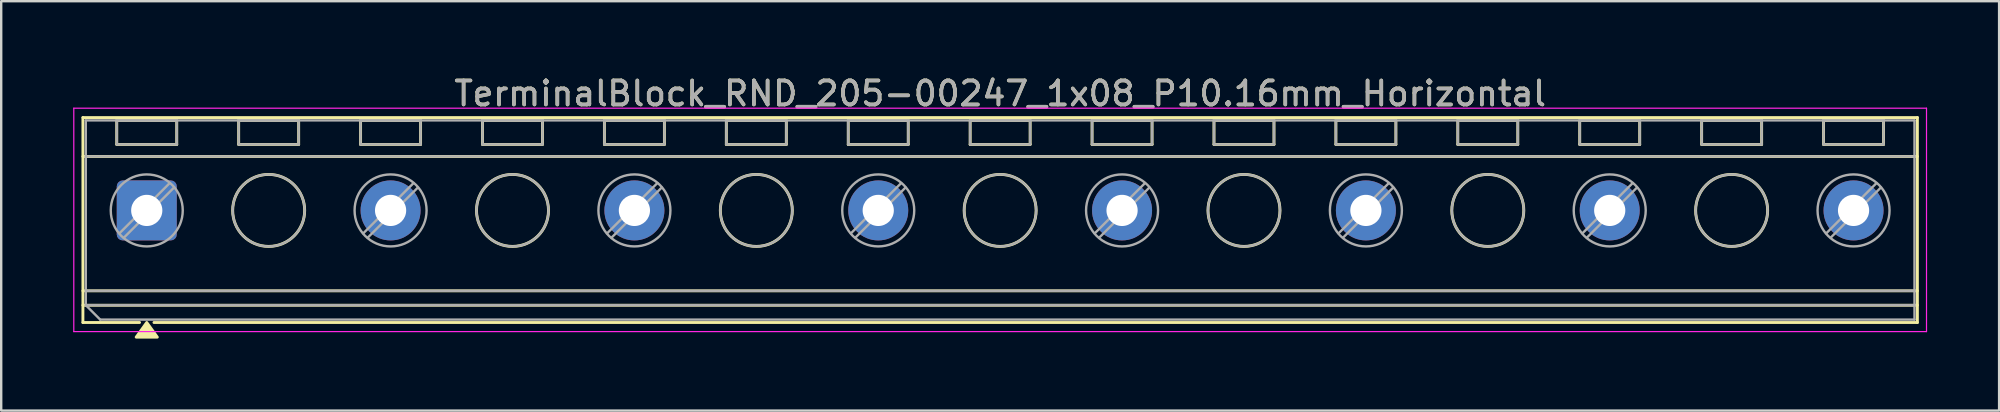
<source format=kicad_pcb>
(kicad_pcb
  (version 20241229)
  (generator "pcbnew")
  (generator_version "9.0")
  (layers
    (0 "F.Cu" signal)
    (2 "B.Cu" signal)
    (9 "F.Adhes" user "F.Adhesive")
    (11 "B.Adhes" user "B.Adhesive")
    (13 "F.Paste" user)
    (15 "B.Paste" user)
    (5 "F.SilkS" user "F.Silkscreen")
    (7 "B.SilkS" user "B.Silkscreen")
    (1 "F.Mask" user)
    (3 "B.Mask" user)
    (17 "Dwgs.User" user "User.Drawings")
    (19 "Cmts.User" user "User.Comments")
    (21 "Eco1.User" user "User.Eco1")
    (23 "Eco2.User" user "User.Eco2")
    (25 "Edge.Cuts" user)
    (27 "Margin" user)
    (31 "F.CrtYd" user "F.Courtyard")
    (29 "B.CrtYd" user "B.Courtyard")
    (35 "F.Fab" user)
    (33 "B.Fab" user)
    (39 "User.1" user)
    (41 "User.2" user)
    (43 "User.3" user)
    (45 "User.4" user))
  (footprint "TerminalBlock_RND_205-00247_1x08_P10.16mm_Horizontal"
    (layer "F.Cu")
    (at 3.065 5.718)
    (property "Reference" "TerminalBlock_RND_205-00247_1x08_P10.16mm_Horizontal" (at 35.56 -4.87 0) (layer "F.SilkS") (effects (font (size 1 1) (thickness 0.15))))
    (attr through_hole)
    (fp_line (start -2.66 -3.87) (end -2.66 4.67) (stroke (width 0.12) (type solid)) (layer "F.SilkS"))
    (fp_line (start -2.66 -3.87) (end 73.78 -3.87) (stroke (width 0.12) (type solid)) (layer "F.SilkS"))
    (fp_line (start -2.66 -2.25) (end 73.78 -2.25) (stroke (width 0.12) (type solid)) (layer "F.SilkS"))
    (fp_line (start -2.66 3.35) (end 73.78 3.35) (stroke (width 0.12) (type solid)) (layer "F.SilkS"))
    (fp_line (start -2.66 3.95) (end 73.78 3.95) (stroke (width 0.12) (type solid)) (layer "F.SilkS"))
    (fp_line (start -2.66 4.67) (end -0.3 4.67) (stroke (width 0.12) (type solid)) (layer "F.SilkS"))
    (fp_line (start -1.25 -3.75) (end -1.25 -2.75) (stroke (width 0.12) (type solid)) (layer "F.SilkS"))
    (fp_line (start -1.25 -3.75) (end 1.25 -3.75) (stroke (width 0.12) (type solid)) (layer "F.SilkS"))
    (fp_line (start -1.25 -2.75) (end 1.25 -2.75) (stroke (width 0.12) (type solid)) (layer "F.SilkS"))
    (fp_line (start 0.3 4.67) (end 73.78 4.67) (stroke (width 0.12) (type solid)) (layer "F.SilkS"))
    (fp_line (start 1.25 -3.75) (end 1.25 -2.75) (stroke (width 0.12) (type solid)) (layer "F.SilkS"))
    (fp_line (start 3.83 -3.75) (end 3.83 -2.75) (stroke (width 0.12) (type solid)) (layer "F.SilkS"))
    (fp_line (start 3.83 -3.75) (end 6.33 -3.75) (stroke (width 0.12) (type solid)) (layer "F.SilkS"))
    (fp_line (start 3.83 -2.75) (end 6.33 -2.75) (stroke (width 0.12) (type solid)) (layer "F.SilkS"))
    (fp_line (start 6.33 -3.75) (end 6.33 -2.75) (stroke (width 0.12) (type solid)) (layer "F.SilkS"))
    (fp_line (start 8.91 -3.75) (end 8.91 -2.75) (stroke (width 0.12) (type solid)) (layer "F.SilkS"))
    (fp_line (start 8.91 -3.75) (end 11.41 -3.75) (stroke (width 0.12) (type solid)) (layer "F.SilkS"))
    (fp_line (start 8.91 -2.75) (end 11.41 -2.75) (stroke (width 0.12) (type solid)) (layer "F.SilkS"))
    (fp_line (start 11.41 -3.75) (end 11.41 -2.75) (stroke (width 0.12) (type solid)) (layer "F.SilkS"))
    (fp_line (start 13.99 -3.75) (end 13.99 -2.75) (stroke (width 0.12) (type solid)) (layer "F.SilkS"))
    (fp_line (start 13.99 -3.75) (end 16.49 -3.75) (stroke (width 0.12) (type solid)) (layer "F.SilkS"))
    (fp_line (start 13.99 -2.75) (end 16.49 -2.75) (stroke (width 0.12) (type solid)) (layer "F.SilkS"))
    (fp_line (start 16.49 -3.75) (end 16.49 -2.75) (stroke (width 0.12) (type solid)) (layer "F.SilkS"))
    (fp_line (start 19.07 -3.75) (end 19.07 -2.75) (stroke (width 0.12) (type solid)) (layer "F.SilkS"))
    (fp_line (start 19.07 -3.75) (end 21.57 -3.75) (stroke (width 0.12) (type solid)) (layer "F.SilkS"))
    (fp_line (start 19.07 -2.75) (end 21.57 -2.75) (stroke (width 0.12) (type solid)) (layer "F.SilkS"))
    (fp_line (start 21.57 -3.75) (end 21.57 -2.75) (stroke (width 0.12) (type solid)) (layer "F.SilkS"))
    (fp_line (start 24.15 -3.75) (end 24.15 -2.75) (stroke (width 0.12) (type solid)) (layer "F.SilkS"))
    (fp_line (start 24.15 -3.75) (end 26.65 -3.75) (stroke (width 0.12) (type solid)) (layer "F.SilkS"))
    (fp_line (start 24.15 -2.75) (end 26.65 -2.75) (stroke (width 0.12) (type solid)) (layer "F.SilkS"))
    (fp_line (start 26.65 -3.75) (end 26.65 -2.75) (stroke (width 0.12) (type solid)) (layer "F.SilkS"))
    (fp_line (start 29.23 -3.75) (end 29.23 -2.75) (stroke (width 0.12) (type solid)) (layer "F.SilkS"))
    (fp_line (start 29.23 -3.75) (end 31.73 -3.75) (stroke (width 0.12) (type solid)) (layer "F.SilkS"))
    (fp_line (start 29.23 -2.75) (end 31.73 -2.75) (stroke (width 0.12) (type solid)) (layer "F.SilkS"))
    (fp_line (start 31.73 -3.75) (end 31.73 -2.75) (stroke (width 0.12) (type solid)) (layer "F.SilkS"))
    (fp_line (start 34.31 -3.75) (end 34.31 -2.75) (stroke (width 0.12) (type solid)) (layer "F.SilkS"))
    (fp_line (start 34.31 -3.75) (end 36.81 -3.75) (stroke (width 0.12) (type solid)) (layer "F.SilkS"))
    (fp_line (start 34.31 -2.75) (end 36.81 -2.75) (stroke (width 0.12) (type solid)) (layer "F.SilkS"))
    (fp_line (start 36.81 -3.75) (end 36.81 -2.75) (stroke (width 0.12) (type solid)) (layer "F.SilkS"))
    (fp_line (start 39.39 -3.75) (end 39.39 -2.75) (stroke (width 0.12) (type solid)) (layer "F.SilkS"))
    (fp_line (start 39.39 -3.75) (end 41.89 -3.75) (stroke (width 0.12) (type solid)) (layer "F.SilkS"))
    (fp_line (start 39.39 -2.75) (end 41.89 -2.75) (stroke (width 0.12) (type solid)) (layer "F.SilkS"))
    (fp_line (start 41.89 -3.75) (end 41.89 -2.75) (stroke (width 0.12) (type solid)) (layer "F.SilkS"))
    (fp_line (start 44.47 -3.75) (end 44.47 -2.75) (stroke (width 0.12) (type solid)) (layer "F.SilkS"))
    (fp_line (start 44.47 -3.75) (end 46.97 -3.75) (stroke (width 0.12) (type solid)) (layer "F.SilkS"))
    (fp_line (start 44.47 -2.75) (end 46.97 -2.75) (stroke (width 0.12) (type solid)) (layer "F.SilkS"))
    (fp_line (start 46.97 -3.75) (end 46.97 -2.75) (stroke (width 0.12) (type solid)) (layer "F.SilkS"))
    (fp_line (start 49.55 -3.75) (end 49.55 -2.75) (stroke (width 0.12) (type solid)) (layer "F.SilkS"))
    (fp_line (start 49.55 -3.75) (end 52.05 -3.75) (stroke (width 0.12) (type solid)) (layer "F.SilkS"))
    (fp_line (start 49.55 -2.75) (end 52.05 -2.75) (stroke (width 0.12) (type solid)) (layer "F.SilkS"))
    (fp_line (start 52.05 -3.75) (end 52.05 -2.75) (stroke (width 0.12) (type solid)) (layer "F.SilkS"))
    (fp_line (start 54.63 -3.75) (end 54.63 -2.75) (stroke (width 0.12) (type solid)) (layer "F.SilkS"))
    (fp_line (start 54.63 -3.75) (end 57.13 -3.75) (stroke (width 0.12) (type solid)) (layer "F.SilkS"))
    (fp_line (start 54.63 -2.75) (end 57.13 -2.75) (stroke (width 0.12) (type solid)) (layer "F.SilkS"))
    (fp_line (start 57.13 -3.75) (end 57.13 -2.75) (stroke (width 0.12) (type solid)) (layer "F.SilkS"))
    (fp_line (start 59.71 -3.75) (end 59.71 -2.75) (stroke (width 0.12) (type solid)) (layer "F.SilkS"))
    (fp_line (start 59.71 -3.75) (end 62.21 -3.75) (stroke (width 0.12) (type solid)) (layer "F.SilkS"))
    (fp_line (start 59.71 -2.75) (end 62.21 -2.75) (stroke (width 0.12) (type solid)) (layer "F.SilkS"))
    (fp_line (start 62.21 -3.75) (end 62.21 -2.75) (stroke (width 0.12) (type solid)) (layer "F.SilkS"))
    (fp_line (start 64.79 -3.75) (end 64.79 -2.75) (stroke (width 0.12) (type solid)) (layer "F.SilkS"))
    (fp_line (start 64.79 -3.75) (end 67.29 -3.75) (stroke (width 0.12) (type solid)) (layer "F.SilkS"))
    (fp_line (start 64.79 -2.75) (end 67.29 -2.75) (stroke (width 0.12) (type solid)) (layer "F.SilkS"))
    (fp_line (start 67.29 -3.75) (end 67.29 -2.75) (stroke (width 0.12) (type solid)) (layer "F.SilkS"))
    (fp_line (start 69.87 -3.75) (end 69.87 -2.75) (stroke (width 0.12) (type solid)) (layer "F.SilkS"))
    (fp_line (start 69.87 -3.75) (end 72.37 -3.75) (stroke (width 0.12) (type solid)) (layer "F.SilkS"))
    (fp_line (start 69.87 -2.75) (end 72.37 -2.75) (stroke (width 0.12) (type solid)) (layer "F.SilkS"))
    (fp_line (start 72.37 -3.75) (end 72.37 -2.75) (stroke (width 0.12) (type solid)) (layer "F.SilkS"))
    (fp_line (start 73.78 -3.87) (end 73.78 4.67) (stroke (width 0.12) (type solid)) (layer "F.SilkS"))
    (fp_circle (center 5.08 0) (end 6.58 0) (stroke (width 0.12) (type solid)) (fill no) (layer "F.SilkS"))
    (fp_circle (center 15.24 0) (end 16.74 0) (stroke (width 0.12) (type solid)) (fill no) (layer "F.SilkS"))
    (fp_circle (center 25.4 0) (end 26.9 0) (stroke (width 0.12) (type solid)) (fill no) (layer "F.SilkS"))
    (fp_circle (center 35.56 0) (end 37.06 0) (stroke (width 0.12) (type solid)) (fill no) (layer "F.SilkS"))
    (fp_circle (center 45.72 0) (end 47.22 0) (stroke (width 0.12) (type solid)) (fill no) (layer "F.SilkS"))
    (fp_circle (center 55.88 0) (end 57.38 0) (stroke (width 0.12) (type solid)) (fill no) (layer "F.SilkS"))
    (fp_circle (center 66.04 0) (end 67.54 0) (stroke (width 0.12) (type solid)) (fill no) (layer "F.SilkS"))
    (fp_poly (pts (xy 0 4.67) (xy 0.44 5.28) (xy -0.44 5.28)) (stroke (width 0.12) (type solid)) (fill yes) (layer "F.SilkS"))
    (fp_line (start -3.04 -4.26) (end -3.04 5.05) (stroke (width 0.05) (type solid)) (layer "F.CrtYd"))
    (fp_line (start -3.04 5.05) (end 74.16 5.05) (stroke (width 0.05) (type solid)) (layer "F.CrtYd"))
    (fp_line (start 74.16 -4.26) (end -3.04 -4.26) (stroke (width 0.05) (type solid)) (layer "F.CrtYd"))
    (fp_line (start 74.16 5.05) (end 74.16 -4.26) (stroke (width 0.05) (type solid)) (layer "F.CrtYd"))
    (fp_line (start -2.54 -3.75) (end 73.66 -3.75) (stroke (width 0.1) (type solid)) (layer "F.Fab"))
    (fp_line (start -2.54 -2.25) (end 73.66 -2.25) (stroke (width 0.1) (type solid)) (layer "F.Fab"))
    (fp_line (start -2.54 3.35) (end 73.66 3.35) (stroke (width 0.1) (type solid)) (layer "F.Fab"))
    (fp_line (start -2.54 3.95) (end -2.54 -3.75) (stroke (width 0.1) (type solid)) (layer "F.Fab"))
    (fp_line (start -2.54 3.95) (end 73.66 3.95) (stroke (width 0.1) (type solid)) (layer "F.Fab"))
    (fp_line (start -1.94 4.55) (end -2.54 3.95) (stroke (width 0.1) (type solid)) (layer "F.Fab"))
    (fp_line (start -1.25 -3.75) (end -1.25 -2.75) (stroke (width 0.1) (type solid)) (layer "F.Fab"))
    (fp_line (start -1.25 -2.75) (end 1.25 -2.75) (stroke (width 0.1) (type solid)) (layer "F.Fab"))
    (fp_line (start 0.955 -1.138) (end -1.138 0.954) (stroke (width 0.1) (type solid)) (layer "F.Fab"))
    (fp_line (start 1.138 -0.954) (end -0.955 1.137) (stroke (width 0.1) (type solid)) (layer "F.Fab"))
    (fp_line (start 1.25 -3.75) (end -1.25 -3.75) (stroke (width 0.1) (type solid)) (layer "F.Fab"))
    (fp_line (start 1.25 -2.75) (end 1.25 -3.75) (stroke (width 0.1) (type solid)) (layer "F.Fab"))
    (fp_line (start 3.83 -3.75) (end 3.83 -2.75) (stroke (width 0.1) (type solid)) (layer "F.Fab"))
    (fp_line (start 3.83 -2.75) (end 6.33 -2.75) (stroke (width 0.1) (type solid)) (layer "F.Fab"))
    (fp_line (start 6.33 -3.75) (end 3.83 -3.75) (stroke (width 0.1) (type solid)) (layer "F.Fab"))
    (fp_line (start 6.33 -2.75) (end 6.33 -3.75) (stroke (width 0.1) (type solid)) (layer "F.Fab"))
    (fp_line (start 8.91 -3.75) (end 8.91 -2.75) (stroke (width 0.1) (type solid)) (layer "F.Fab"))
    (fp_line (start 8.91 -2.75) (end 11.41 -2.75) (stroke (width 0.1) (type solid)) (layer "F.Fab"))
    (fp_line (start 11.115 -1.138) (end 9.022 0.954) (stroke (width 0.1) (type solid)) (layer "F.Fab"))
    (fp_line (start 11.298 -0.954) (end 9.205 1.137) (stroke (width 0.1) (type solid)) (layer "F.Fab"))
    (fp_line (start 11.41 -3.75) (end 8.91 -3.75) (stroke (width 0.1) (type solid)) (layer "F.Fab"))
    (fp_line (start 11.41 -2.75) (end 11.41 -3.75) (stroke (width 0.1) (type solid)) (layer "F.Fab"))
    (fp_line (start 13.99 -3.75) (end 13.99 -2.75) (stroke (width 0.1) (type solid)) (layer "F.Fab"))
    (fp_line (start 13.99 -2.75) (end 16.49 -2.75) (stroke (width 0.1) (type solid)) (layer "F.Fab"))
    (fp_line (start 16.49 -3.75) (end 13.99 -3.75) (stroke (width 0.1) (type solid)) (layer "F.Fab"))
    (fp_line (start 16.49 -2.75) (end 16.49 -3.75) (stroke (width 0.1) (type solid)) (layer "F.Fab"))
    (fp_line (start 19.07 -3.75) (end 19.07 -2.75) (stroke (width 0.1) (type solid)) (layer "F.Fab"))
    (fp_line (start 19.07 -2.75) (end 21.57 -2.75) (stroke (width 0.1) (type solid)) (layer "F.Fab"))
    (fp_line (start 21.275 -1.138) (end 19.182 0.954) (stroke (width 0.1) (type solid)) (layer "F.Fab"))
    (fp_line (start 21.458 -0.954) (end 19.365 1.137) (stroke (width 0.1) (type solid)) (layer "F.Fab"))
    (fp_line (start 21.57 -3.75) (end 19.07 -3.75) (stroke (width 0.1) (type solid)) (layer "F.Fab"))
    (fp_line (start 21.57 -2.75) (end 21.57 -3.75) (stroke (width 0.1) (type solid)) (layer "F.Fab"))
    (fp_line (start 24.15 -3.75) (end 24.15 -2.75) (stroke (width 0.1) (type solid)) (layer "F.Fab"))
    (fp_line (start 24.15 -2.75) (end 26.65 -2.75) (stroke (width 0.1) (type solid)) (layer "F.Fab"))
    (fp_line (start 26.65 -3.75) (end 24.15 -3.75) (stroke (width 0.1) (type solid)) (layer "F.Fab"))
    (fp_line (start 26.65 -2.75) (end 26.65 -3.75) (stroke (width 0.1) (type solid)) (layer "F.Fab"))
    (fp_line (start 29.23 -3.75) (end 29.23 -2.75) (stroke (width 0.1) (type solid)) (layer "F.Fab"))
    (fp_line (start 29.23 -2.75) (end 31.73 -2.75) (stroke (width 0.1) (type solid)) (layer "F.Fab"))
    (fp_line (start 31.435 -1.138) (end 29.342 0.954) (stroke (width 0.1) (type solid)) (layer "F.Fab"))
    (fp_line (start 31.618 -0.954) (end 29.525 1.137) (stroke (width 0.1) (type solid)) (layer "F.Fab"))
    (fp_line (start 31.73 -3.75) (end 29.23 -3.75) (stroke (width 0.1) (type solid)) (layer "F.Fab"))
    (fp_line (start 31.73 -2.75) (end 31.73 -3.75) (stroke (width 0.1) (type solid)) (layer "F.Fab"))
    (fp_line (start 34.31 -3.75) (end 34.31 -2.75) (stroke (width 0.1) (type solid)) (layer "F.Fab"))
    (fp_line (start 34.31 -2.75) (end 36.81 -2.75) (stroke (width 0.1) (type solid)) (layer "F.Fab"))
    (fp_line (start 36.81 -3.75) (end 34.31 -3.75) (stroke (width 0.1) (type solid)) (layer "F.Fab"))
    (fp_line (start 36.81 -2.75) (end 36.81 -3.75) (stroke (width 0.1) (type solid)) (layer "F.Fab"))
    (fp_line (start 39.39 -3.75) (end 39.39 -2.75) (stroke (width 0.1) (type solid)) (layer "F.Fab"))
    (fp_line (start 39.39 -2.75) (end 41.89 -2.75) (stroke (width 0.1) (type solid)) (layer "F.Fab"))
    (fp_line (start 41.595 -1.138) (end 39.502 0.954) (stroke (width 0.1) (type solid)) (layer "F.Fab"))
    (fp_line (start 41.778 -0.954) (end 39.685 1.137) (stroke (width 0.1) (type solid)) (layer "F.Fab"))
    (fp_line (start 41.89 -3.75) (end 39.39 -3.75) (stroke (width 0.1) (type solid)) (layer "F.Fab"))
    (fp_line (start 41.89 -2.75) (end 41.89 -3.75) (stroke (width 0.1) (type solid)) (layer "F.Fab"))
    (fp_line (start 44.47 -3.75) (end 44.47 -2.75) (stroke (width 0.1) (type solid)) (layer "F.Fab"))
    (fp_line (start 44.47 -2.75) (end 46.97 -2.75) (stroke (width 0.1) (type solid)) (layer "F.Fab"))
    (fp_line (start 46.97 -3.75) (end 44.47 -3.75) (stroke (width 0.1) (type solid)) (layer "F.Fab"))
    (fp_line (start 46.97 -2.75) (end 46.97 -3.75) (stroke (width 0.1) (type solid)) (layer "F.Fab"))
    (fp_line (start 49.55 -3.75) (end 49.55 -2.75) (stroke (width 0.1) (type solid)) (layer "F.Fab"))
    (fp_line (start 49.55 -2.75) (end 52.05 -2.75) (stroke (width 0.1) (type solid)) (layer "F.Fab"))
    (fp_line (start 51.755 -1.138) (end 49.662 0.954) (stroke (width 0.1) (type solid)) (layer "F.Fab"))
    (fp_line (start 51.938 -0.954) (end 49.845 1.137) (stroke (width 0.1) (type solid)) (layer "F.Fab"))
    (fp_line (start 52.05 -3.75) (end 49.55 -3.75) (stroke (width 0.1) (type solid)) (layer "F.Fab"))
    (fp_line (start 52.05 -2.75) (end 52.05 -3.75) (stroke (width 0.1) (type solid)) (layer "F.Fab"))
    (fp_line (start 54.63 -3.75) (end 54.63 -2.75) (stroke (width 0.1) (type solid)) (layer "F.Fab"))
    (fp_line (start 54.63 -2.75) (end 57.13 -2.75) (stroke (width 0.1) (type solid)) (layer "F.Fab"))
    (fp_line (start 57.13 -3.75) (end 54.63 -3.75) (stroke (width 0.1) (type solid)) (layer "F.Fab"))
    (fp_line (start 57.13 -2.75) (end 57.13 -3.75) (stroke (width 0.1) (type solid)) (layer "F.Fab"))
    (fp_line (start 59.71 -3.75) (end 59.71 -2.75) (stroke (width 0.1) (type solid)) (layer "F.Fab"))
    (fp_line (start 59.71 -2.75) (end 62.21 -2.75) (stroke (width 0.1) (type solid)) (layer "F.Fab"))
    (fp_line (start 61.915 -1.138) (end 59.822 0.954) (stroke (width 0.1) (type solid)) (layer "F.Fab"))
    (fp_line (start 62.098 -0.954) (end 60.005 1.137) (stroke (width 0.1) (type solid)) (layer "F.Fab"))
    (fp_line (start 62.21 -3.75) (end 59.71 -3.75) (stroke (width 0.1) (type solid)) (layer "F.Fab"))
    (fp_line (start 62.21 -2.75) (end 62.21 -3.75) (stroke (width 0.1) (type solid)) (layer "F.Fab"))
    (fp_line (start 64.79 -3.75) (end 64.79 -2.75) (stroke (width 0.1) (type solid)) (layer "F.Fab"))
    (fp_line (start 64.79 -2.75) (end 67.29 -2.75) (stroke (width 0.1) (type solid)) (layer "F.Fab"))
    (fp_line (start 67.29 -3.75) (end 64.79 -3.75) (stroke (width 0.1) (type solid)) (layer "F.Fab"))
    (fp_line (start 67.29 -2.75) (end 67.29 -3.75) (stroke (width 0.1) (type solid)) (layer "F.Fab"))
    (fp_line (start 69.87 -3.75) (end 69.87 -2.75) (stroke (width 0.1) (type solid)) (layer "F.Fab"))
    (fp_line (start 69.87 -2.75) (end 72.37 -2.75) (stroke (width 0.1) (type solid)) (layer "F.Fab"))
    (fp_line (start 72.075 -1.138) (end 69.982 0.954) (stroke (width 0.1) (type solid)) (layer "F.Fab"))
    (fp_line (start 72.258 -0.954) (end 70.165 1.137) (stroke (width 0.1) (type solid)) (layer "F.Fab"))
    (fp_line (start 72.37 -3.75) (end 69.87 -3.75) (stroke (width 0.1) (type solid)) (layer "F.Fab"))
    (fp_line (start 72.37 -2.75) (end 72.37 -3.75) (stroke (width 0.1) (type solid)) (layer "F.Fab"))
    (fp_line (start 73.66 -3.75) (end 73.66 4.55) (stroke (width 0.1) (type solid)) (layer "F.Fab"))
    (fp_line (start 73.66 4.55) (end -1.94 4.55) (stroke (width 0.1) (type solid)) (layer "F.Fab"))
    (fp_circle (center 0 0) (end 1.5 0) (stroke (width 0.1) (type solid)) (fill no) (layer "F.Fab"))
    (fp_circle (center 5.08 0) (end 6.58 0) (stroke (width 0.1) (type solid)) (fill no) (layer "F.Fab"))
    (fp_circle (center 10.16 0) (end 11.66 0) (stroke (width 0.1) (type solid)) (fill no) (layer "F.Fab"))
    (fp_circle (center 15.24 0) (end 16.74 0) (stroke (width 0.1) (type solid)) (fill no) (layer "F.Fab"))
    (fp_circle (center 20.32 0) (end 21.82 0) (stroke (width 0.1) (type solid)) (fill no) (layer "F.Fab"))
    (fp_circle (center 25.4 0) (end 26.9 0) (stroke (width 0.1) (type solid)) (fill no) (layer "F.Fab"))
    (fp_circle (center 30.48 0) (end 31.98 0) (stroke (width 0.1) (type solid)) (fill no) (layer "F.Fab"))
    (fp_circle (center 35.56 0) (end 37.06 0) (stroke (width 0.1) (type solid)) (fill no) (layer "F.Fab"))
    (fp_circle (center 40.64 0) (end 42.14 0) (stroke (width 0.1) (type solid)) (fill no) (layer "F.Fab"))
    (fp_circle (center 45.72 0) (end 47.22 0) (stroke (width 0.1) (type solid)) (fill no) (layer "F.Fab"))
    (fp_circle (center 50.8 0) (end 52.3 0) (stroke (width 0.1) (type solid)) (fill no) (layer "F.Fab"))
    (fp_circle (center 55.88 0) (end 57.38 0) (stroke (width 0.1) (type solid)) (fill no) (layer "F.Fab"))
    (fp_circle (center 60.96 0) (end 62.46 0) (stroke (width 0.1) (type solid)) (fill no) (layer "F.Fab"))
    (fp_circle (center 66.04 0) (end 67.54 0) (stroke (width 0.1) (type solid)) (fill no) (layer "F.Fab"))
    (fp_circle (center 71.12 0) (end 72.62 0) (stroke (width 0.1) (type solid)) (fill no) (layer "F.Fab"))
    (fp_text user "${REFERENCE}" (at 35.56 -4.87 0) (layer "F.Fab") (effects (font (size 1 1) (thickness 0.15))))
    (pad "1" thru_hole roundrect (at 0 0) (size 2.5 2.5) (drill 1.3) (layers "*.Cu" "*.Mask") (roundrect_rratio 0.1))
    (pad "2" thru_hole circle (at 10.16 0) (size 2.5 2.5) (drill 1.3) (layers "*.Cu" "*.Mask"))
    (pad "3" thru_hole circle (at 20.32 0) (size 2.5 2.5) (drill 1.3) (layers "*.Cu" "*.Mask"))
    (pad "4" thru_hole circle (at 30.48 0) (size 2.5 2.5) (drill 1.3) (layers "*.Cu" "*.Mask"))
    (pad "5" thru_hole circle (at 40.64 0) (size 2.5 2.5) (drill 1.3) (layers "*.Cu" "*.Mask"))
    (pad "6" thru_hole circle (at 50.8 0) (size 2.5 2.5) (drill 1.3) (layers "*.Cu" "*.Mask"))
    (pad "7" thru_hole circle (at 60.96 0) (size 2.5 2.5) (drill 1.3) (layers "*.Cu" "*.Mask"))
    (pad "8" thru_hole circle (at 71.12 0) (size 2.5 2.5) (drill 1.3) (layers "*.Cu" "*.Mask")))
  (gr_rect
    (start -3 -3)
    (end 80.25 14.058)
    (stroke (width 0.1) (type default))
    (fill no)
    (layer "Edge.Cuts")))
</source>
